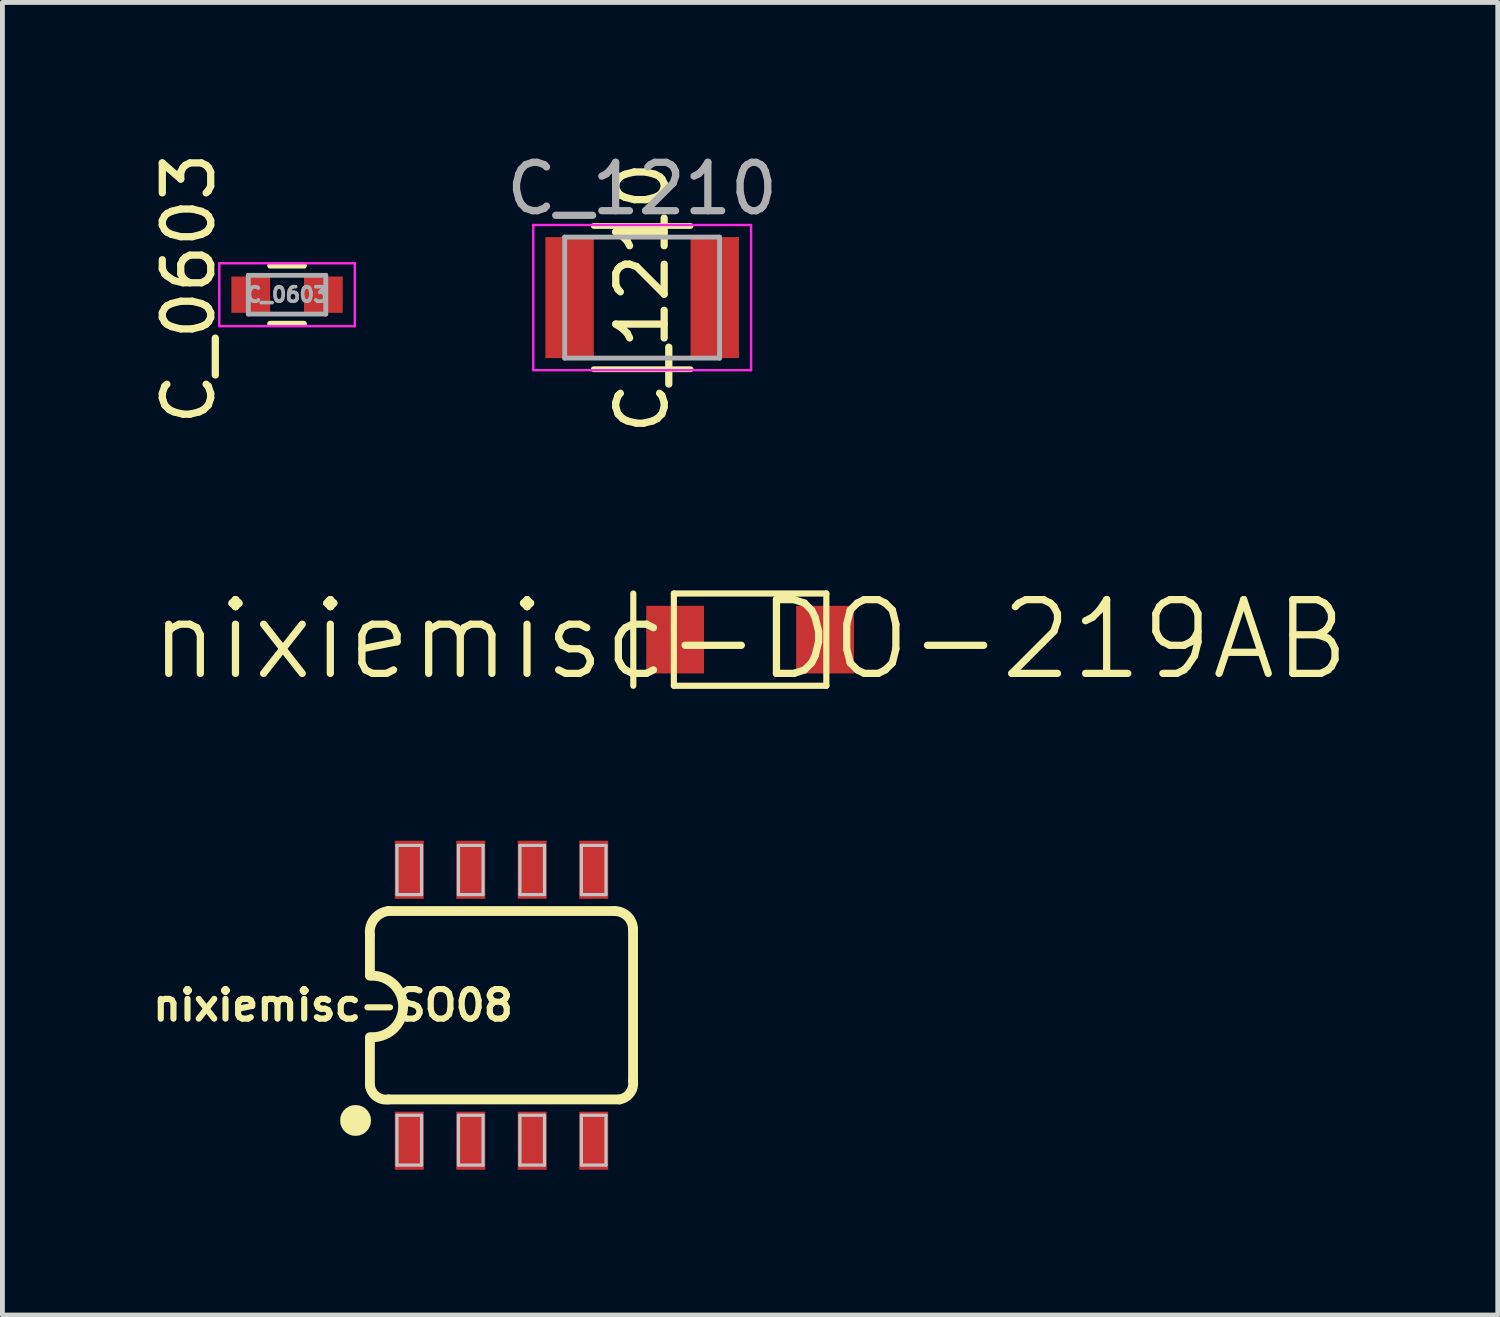
<source format=kicad_pcb>
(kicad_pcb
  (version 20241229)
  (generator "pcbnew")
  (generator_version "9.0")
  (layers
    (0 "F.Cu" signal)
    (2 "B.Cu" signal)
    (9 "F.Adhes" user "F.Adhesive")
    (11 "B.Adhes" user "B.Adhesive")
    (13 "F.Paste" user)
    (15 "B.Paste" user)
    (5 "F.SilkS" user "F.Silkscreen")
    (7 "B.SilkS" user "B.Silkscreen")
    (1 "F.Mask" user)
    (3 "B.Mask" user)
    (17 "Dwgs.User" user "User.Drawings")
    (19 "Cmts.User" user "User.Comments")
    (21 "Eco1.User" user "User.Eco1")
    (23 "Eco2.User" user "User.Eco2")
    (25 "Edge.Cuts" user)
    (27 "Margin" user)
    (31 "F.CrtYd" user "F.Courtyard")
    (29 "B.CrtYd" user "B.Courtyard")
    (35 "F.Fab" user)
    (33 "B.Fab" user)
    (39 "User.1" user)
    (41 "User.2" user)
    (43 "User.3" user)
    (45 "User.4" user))
  (footprint "nixiemisc-SO08"
    (layer "F.Cu")
    (at 7.31 17.717)
    (property "Reference" "nixiemisc-SO08" (at -3.48 0 180) (layer "F.SilkS") (effects (font (size 0.61 0.61) (thickness 0.127))))
    (attr smd)
    (fp_line (start -2.718 -1.45) (end -2.718 -0.61) (stroke (width 0.203) (type solid)) (layer "F.SilkS"))
    (fp_line (start -2.718 1.664) (end -2.718 0.66) (stroke (width 0.203) (type solid)) (layer "F.SilkS"))
    (fp_line (start -2.337 1.946) (end 2.436 1.946) (stroke (width 0.203) (type solid)) (layer "F.SilkS"))
    (fp_line (start 2.337 -1.946) (end -2.337 -1.946) (stroke (width 0.203) (type solid)) (layer "F.SilkS"))
    (fp_line (start 2.718 1.565) (end 2.718 -1.565) (stroke (width 0.203) (type solid)) (layer "F.SilkS"))
    (fp_arc (start -2.7178 -1.46304) (mid -2.62725 -1.783248) (end -2.3368 -1.94564) (stroke (width 0.2032) (type solid)) (layer "F.SilkS"))
    (fp_arc (start -2.667 -0.6096) (mid -2.032 0.0254) (end -2.667 0.6604) (stroke (width 0.2032) (type solid)) (layer "F.SilkS"))
    (fp_arc (start -2.3368 1.94564) (mid -2.584422 1.883052) (end -2.71526 1.6637) (stroke (width 0.2032) (type solid)) (layer "F.SilkS"))
    (fp_arc (start 2.3368 -1.94564) (mid 2.606208 -1.834048) (end 2.7178 -1.56464) (stroke (width 0.2032) (type solid)) (layer "F.SilkS"))
    (fp_arc (start 2.7178 1.56464) (mid 2.654468 1.814058) (end 2.43332 1.94564) (stroke (width 0.2032) (type solid)) (layer "F.SilkS"))
    (fp_poly (pts (xy -2.697 2.38) (xy -2.705 2.309) (xy -2.728 2.243) (xy -2.766 2.182) (xy -2.817 2.131) (xy -2.878 2.093) (xy -2.944 2.07) (xy -3.015 2.062) (xy -3.086 2.07) (xy -3.152 2.093) (xy -3.213 2.131) (xy -3.264 2.182) (xy -3.302 2.243) (xy -3.325 2.309) (xy -3.332 2.38) (xy -3.325 2.451) (xy -3.302 2.517) (xy -3.264 2.578) (xy -3.213 2.629) (xy -3.152 2.667) (xy -3.086 2.69) (xy -3.015 2.697) (xy -2.944 2.69) (xy -2.878 2.667) (xy -2.817 2.629) (xy -2.766 2.578) (xy -2.728 2.517) (xy -2.705 2.451) (xy -2.697 2.38)) (stroke (width 0.003) (type solid)) (fill yes) (layer "F.SilkS"))
    (fp_line (start -2.159 -3.302) (end -1.651 -3.302) (stroke (width 0.066) (type solid)) (layer "Dwgs.User"))
    (fp_line (start -2.159 -2.286) (end -2.159 -3.302) (stroke (width 0.066) (type solid)) (layer "Dwgs.User"))
    (fp_line (start -2.159 -2.286) (end -1.651 -2.286) (stroke (width 0.066) (type solid)) (layer "Dwgs.User"))
    (fp_line (start -2.159 2.273) (end -1.651 2.273) (stroke (width 0.066) (type solid)) (layer "Dwgs.User"))
    (fp_line (start -2.159 3.302) (end -2.159 2.273) (stroke (width 0.066) (type solid)) (layer "Dwgs.User"))
    (fp_line (start -2.159 3.302) (end -1.651 3.302) (stroke (width 0.066) (type solid)) (layer "Dwgs.User"))
    (fp_line (start -1.651 -2.286) (end -1.651 -3.302) (stroke (width 0.066) (type solid)) (layer "Dwgs.User"))
    (fp_line (start -1.651 3.302) (end -1.651 2.273) (stroke (width 0.066) (type solid)) (layer "Dwgs.User"))
    (fp_line (start -0.889 -3.302) (end -0.381 -3.302) (stroke (width 0.066) (type solid)) (layer "Dwgs.User"))
    (fp_line (start -0.889 -2.286) (end -0.889 -3.302) (stroke (width 0.066) (type solid)) (layer "Dwgs.User"))
    (fp_line (start -0.889 -2.286) (end -0.381 -2.286) (stroke (width 0.066) (type solid)) (layer "Dwgs.User"))
    (fp_line (start -0.889 2.273) (end -0.381 2.273) (stroke (width 0.066) (type solid)) (layer "Dwgs.User"))
    (fp_line (start -0.889 3.302) (end -0.889 2.273) (stroke (width 0.066) (type solid)) (layer "Dwgs.User"))
    (fp_line (start -0.889 3.302) (end -0.381 3.302) (stroke (width 0.066) (type solid)) (layer "Dwgs.User"))
    (fp_line (start -0.381 -2.286) (end -0.381 -3.302) (stroke (width 0.066) (type solid)) (layer "Dwgs.User"))
    (fp_line (start -0.381 3.302) (end -0.381 2.273) (stroke (width 0.066) (type solid)) (layer "Dwgs.User"))
    (fp_line (start 0.381 -3.302) (end 0.889 -3.302) (stroke (width 0.066) (type solid)) (layer "Dwgs.User"))
    (fp_line (start 0.381 -2.286) (end 0.381 -3.302) (stroke (width 0.066) (type solid)) (layer "Dwgs.User"))
    (fp_line (start 0.381 -2.286) (end 0.889 -2.286) (stroke (width 0.066) (type solid)) (layer "Dwgs.User"))
    (fp_line (start 0.381 2.273) (end 0.889 2.273) (stroke (width 0.066) (type solid)) (layer "Dwgs.User"))
    (fp_line (start 0.381 3.302) (end 0.381 2.273) (stroke (width 0.066) (type solid)) (layer "Dwgs.User"))
    (fp_line (start 0.381 3.302) (end 0.889 3.302) (stroke (width 0.066) (type solid)) (layer "Dwgs.User"))
    (fp_line (start 0.889 -2.286) (end 0.889 -3.302) (stroke (width 0.066) (type solid)) (layer "Dwgs.User"))
    (fp_line (start 0.889 3.302) (end 0.889 2.273) (stroke (width 0.066) (type solid)) (layer "Dwgs.User"))
    (fp_line (start 1.651 -3.302) (end 2.159 -3.302) (stroke (width 0.066) (type solid)) (layer "Dwgs.User"))
    (fp_line (start 1.651 -2.286) (end 1.651 -3.302) (stroke (width 0.066) (type solid)) (layer "Dwgs.User"))
    (fp_line (start 1.651 -2.286) (end 2.159 -2.286) (stroke (width 0.066) (type solid)) (layer "Dwgs.User"))
    (fp_line (start 1.651 2.273) (end 2.159 2.273) (stroke (width 0.066) (type solid)) (layer "Dwgs.User"))
    (fp_line (start 1.651 3.302) (end 1.651 2.273) (stroke (width 0.066) (type solid)) (layer "Dwgs.User"))
    (fp_line (start 1.651 3.302) (end 2.159 3.302) (stroke (width 0.066) (type solid)) (layer "Dwgs.User"))
    (fp_line (start 2.159 -2.286) (end 2.159 -3.302) (stroke (width 0.066) (type solid)) (layer "Dwgs.User"))
    (fp_line (start 2.159 3.302) (end 2.159 2.273) (stroke (width 0.066) (type solid)) (layer "Dwgs.User"))
    (pad "1" smd rect (at -1.905 2.799) (size 0.599 1.199) (layers "F.Cu" "F.Mask" "F.Paste"))
    (pad "2" smd rect (at -0.635 2.799) (size 0.599 1.199) (layers "F.Cu" "F.Mask" "F.Paste"))
    (pad "3" smd rect (at 0.635 2.799) (size 0.599 1.199) (layers "F.Cu" "F.Mask" "F.Paste"))
    (pad "4" smd rect (at 1.905 2.799) (size 0.599 1.199) (layers "F.Cu" "F.Mask" "F.Paste"))
    (pad "5" smd rect (at 1.905 -2.799) (size 0.599 1.199) (layers "F.Cu" "F.Mask" "F.Paste"))
    (pad "6" smd rect (at 0.635 -2.799) (size 0.599 1.199) (layers "F.Cu" "F.Mask" "F.Paste"))
    (pad "7" smd rect (at -0.635 -2.799) (size 0.599 1.199) (layers "F.Cu" "F.Mask" "F.Paste"))
    (pad "8" smd rect (at -1.905 -2.799) (size 0.599 1.199) (layers "F.Cu" "F.Mask" "F.Paste")))
  (footprint "nixiemisc-DO-219AB"
    (layer "F.Cu")
    (at 12.446 10.164)
    (property "Reference" "nixiemisc-DO-219AB" (at 0 0 0) (layer "F.SilkS") (effects (font (size 1.524 1.524) (thickness 0.15))))
    (attr smd)
    (fp_line (start -2.413 -0.953) (end -2.413 0.953) (stroke (width 0.127) (type solid)) (layer "F.SilkS"))
    (fp_line (start -1.575 -0.953) (end 1.575 -0.953) (stroke (width 0.127) (type solid)) (layer "F.SilkS"))
    (fp_line (start -1.575 0.953) (end -1.575 -0.953) (stroke (width 0.127) (type solid)) (layer "F.SilkS"))
    (fp_line (start 1.575 -0.953) (end 1.575 0.953) (stroke (width 0.127) (type solid)) (layer "F.SilkS"))
    (fp_line (start 1.575 0.953) (end -1.575 0.953) (stroke (width 0.127) (type solid)) (layer "F.SilkS"))
    (pad "A" smd rect (at 1.549 0 180) (size 1.194 1.397) (layers "F.Cu" "F.Mask" "F.Paste"))
    (pad "C" smd rect (at -1.549 0) (size 1.194 1.397) (layers "F.Cu" "F.Mask" "F.Paste")))
  (footprint "C_0603"
    (layer "F.Cu")
    (at 2.88 3.038)
    (property "Reference" "C_0603" (at -2.032 -0.127 90) (layer "F.SilkS") (effects (font (size 1 1) (thickness 0.15))))
    (attr smd)
    (fp_line (start -0.35 -0.6) (end 0.35 -0.6) (stroke (width 0.12) (type solid)) (layer "F.SilkS"))
    (fp_line (start 0.35 0.6) (end -0.35 0.6) (stroke (width 0.12) (type solid)) (layer "F.SilkS"))
    (fp_line (start -1.4 -0.65) (end -1.4 0.65) (stroke (width 0.05) (type solid)) (layer "F.CrtYd"))
    (fp_line (start -1.4 -0.65) (end 1.4 -0.65) (stroke (width 0.05) (type solid)) (layer "F.CrtYd"))
    (fp_line (start 1.4 0.65) (end -1.4 0.65) (stroke (width 0.05) (type solid)) (layer "F.CrtYd"))
    (fp_line (start 1.4 0.65) (end 1.4 -0.65) (stroke (width 0.05) (type solid)) (layer "F.CrtYd"))
    (fp_line (start -0.8 -0.4) (end 0.8 -0.4) (stroke (width 0.1) (type solid)) (layer "F.Fab"))
    (fp_line (start -0.8 0.4) (end -0.8 -0.4) (stroke (width 0.1) (type solid)) (layer "F.Fab"))
    (fp_line (start 0.8 -0.4) (end 0.8 0.4) (stroke (width 0.1) (type solid)) (layer "F.Fab"))
    (fp_line (start 0.8 0.4) (end -0.8 0.4) (stroke (width 0.1) (type solid)) (layer "F.Fab"))
    (fp_text user "${REFERENCE}" (at 0 0 0) (layer "F.Fab") (effects (font (size 0.3 0.3) (thickness 0.075))))
    (pad "1" smd rect (at -0.75 0) (size 0.8 0.75) (layers "F.Cu" "F.Mask" "F.Paste"))
    (pad "2" smd rect (at 0.75 0) (size 0.8 0.75) (layers "F.Cu" "F.Mask" "F.Paste")))
  (footprint "C_1210"
    (layer "F.Cu")
    (at 10.216 3.098)
    (property "Reference" "C_1210" (at 0 0 90) (layer "F.SilkS") (effects (font (size 1 1) (thickness 0.15))))
    (attr smd)
    (fp_line (start -1 1.48) (end 1 1.48) (stroke (width 0.12) (type solid)) (layer "F.SilkS"))
    (fp_line (start 1 -1.48) (end -1 -1.48) (stroke (width 0.12) (type solid)) (layer "F.SilkS"))
    (fp_line (start -2.25 -1.5) (end -2.25 1.5) (stroke (width 0.05) (type solid)) (layer "F.CrtYd"))
    (fp_line (start -2.25 -1.5) (end 2.25 -1.5) (stroke (width 0.05) (type solid)) (layer "F.CrtYd"))
    (fp_line (start 2.25 1.5) (end -2.25 1.5) (stroke (width 0.05) (type solid)) (layer "F.CrtYd"))
    (fp_line (start 2.25 1.5) (end 2.25 -1.5) (stroke (width 0.05) (type solid)) (layer "F.CrtYd"))
    (fp_line (start -1.6 -1.25) (end 1.6 -1.25) (stroke (width 0.1) (type solid)) (layer "F.Fab"))
    (fp_line (start -1.6 1.25) (end -1.6 -1.25) (stroke (width 0.1) (type solid)) (layer "F.Fab"))
    (fp_line (start 1.6 -1.25) (end 1.6 1.25) (stroke (width 0.1) (type solid)) (layer "F.Fab"))
    (fp_line (start 1.6 1.25) (end -1.6 1.25) (stroke (width 0.1) (type solid)) (layer "F.Fab"))
    (fp_text user "${REFERENCE}" (at 0 -2.25 0) (layer "F.Fab") (effects (font (size 1 1) (thickness 0.15))))
    (pad "1" smd rect (at -1.5 0) (size 1 2.5) (layers "F.Cu" "F.Mask" "F.Paste"))
    (pad "2" smd rect (at 1.5 0) (size 1 2.5) (layers "F.Cu" "F.Mask" "F.Paste")))
  (gr_rect
    (start -3 -3)
    (end 27.892 24.116)
    (stroke (width 0.1) (type default))
    (fill no)
    (layer "Edge.Cuts")))
</source>
